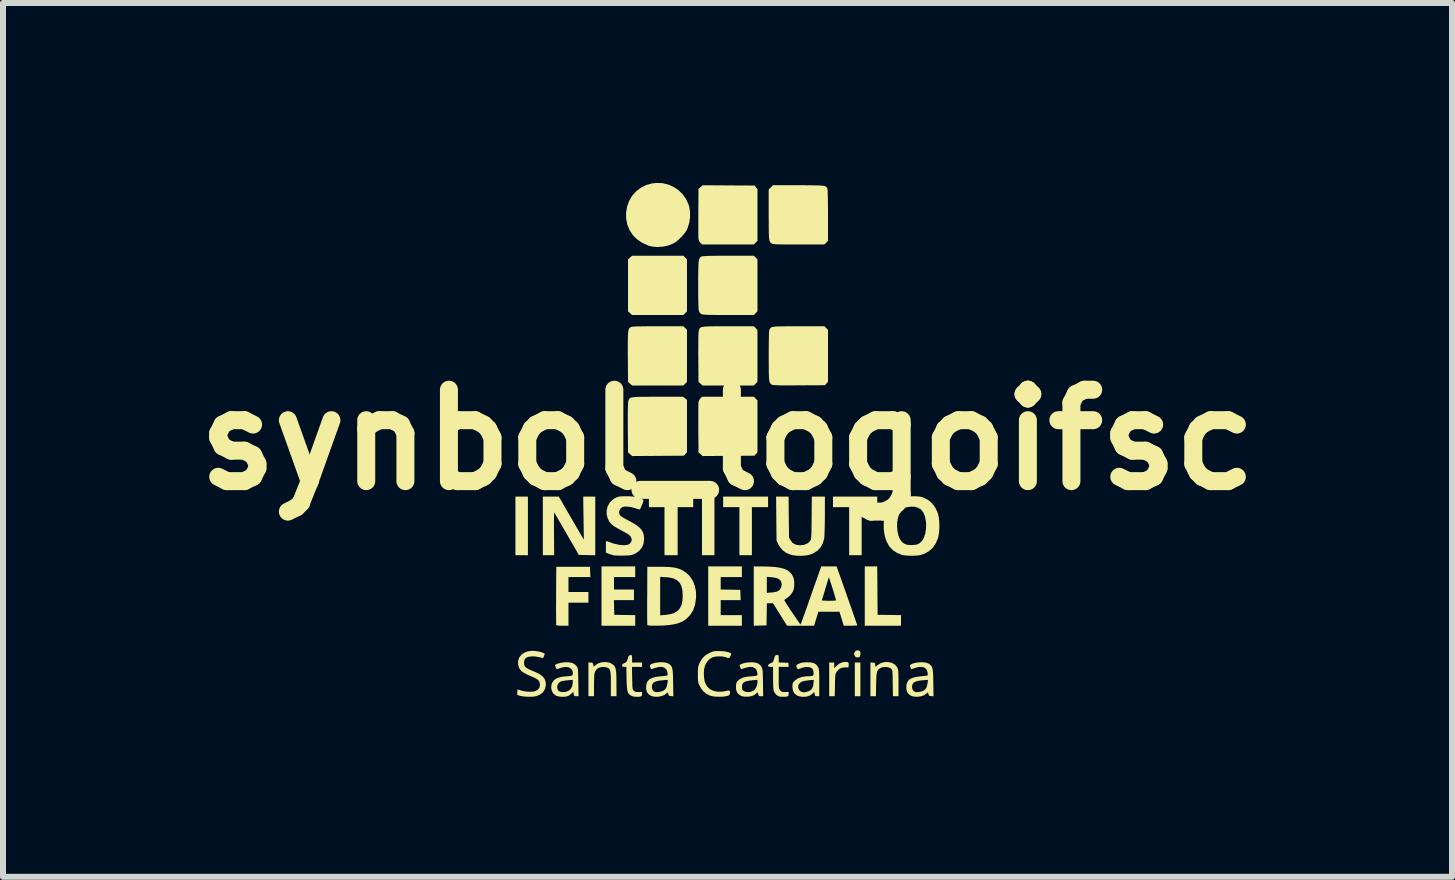
<source format=kicad_pcb>
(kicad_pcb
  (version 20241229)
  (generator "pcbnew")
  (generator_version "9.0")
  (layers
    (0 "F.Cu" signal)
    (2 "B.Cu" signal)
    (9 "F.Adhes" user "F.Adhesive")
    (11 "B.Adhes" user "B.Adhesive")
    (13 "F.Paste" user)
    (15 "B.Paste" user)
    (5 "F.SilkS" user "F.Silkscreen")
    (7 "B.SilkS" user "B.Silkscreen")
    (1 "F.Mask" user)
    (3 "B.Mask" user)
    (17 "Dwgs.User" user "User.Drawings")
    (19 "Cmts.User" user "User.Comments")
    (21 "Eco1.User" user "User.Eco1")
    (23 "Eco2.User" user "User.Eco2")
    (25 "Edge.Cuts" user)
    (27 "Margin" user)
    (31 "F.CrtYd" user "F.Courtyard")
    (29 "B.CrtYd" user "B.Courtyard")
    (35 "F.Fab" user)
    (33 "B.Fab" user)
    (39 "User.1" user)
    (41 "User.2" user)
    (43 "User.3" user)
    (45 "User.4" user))
  (footprint "synbol_logoifsc"
    (layer "F.Cu")
    (at 9.079 4.282)
    (property "Reference" "synbol_logoifsc" (at 0 0 0) (layer "F.SilkS") (effects (font (size 1.524 1.524) (thickness 0.3))))
    (attr board_only exclude_from_pos_files exclude_from_bom)
    (fp_poly (pts (xy -3.328 1.924) (xy -3.536 1.924) (xy -3.536 0.947) (xy -3.328 0.947)) (stroke (width 0) (type solid)) (fill yes) (layer "F.SilkS"))
    (fp_poly (pts (xy -0.218 1.924) (xy -0.426 1.924) (xy -0.426 0.947) (xy -0.218 0.947)) (stroke (width 0) (type solid)) (fill yes) (layer "F.SilkS"))
    (fp_poly (pts (xy 2.215 4.275) (xy 2.122 4.275) (xy 2.122 3.713) (xy 2.215 3.713)) (stroke (width 0) (type solid)) (fill yes) (layer "F.SilkS"))
    (fp_poly (pts (xy -0.572 1.123) (xy -0.832 1.123) (xy -0.832 1.924) (xy -1.051 1.924) (xy -1.051 1.123) (xy -1.311 1.123) (xy -1.311 0.947) (xy -0.572 0.947)) (stroke (width 0) (type solid)) (fill yes) (layer "F.SilkS"))
    (fp_poly (pts (xy 0.676 1.123) (xy 0.406 1.123) (xy 0.406 1.924) (xy 0.198 1.924) (xy 0.198 1.123) (xy -0.073 1.123) (xy -0.073 0.947) (xy 0.676 0.947)) (stroke (width 0) (type solid)) (fill yes) (layer "F.SilkS"))
    (fp_poly (pts (xy 2.496 1.123) (xy 2.236 1.123) (xy 2.236 1.924) (xy 2.028 1.924) (xy 2.028 1.123) (xy 1.758 1.123) (xy 1.758 0.947) (xy 2.496 0.947)) (stroke (width 0) (type solid)) (fill yes) (layer "F.SilkS"))
    (fp_poly (pts (xy 2.499 2.515) (xy 2.502 2.918) (xy 2.697 2.92) (xy 2.892 2.923) (xy 2.892 3.1) (xy 2.288 3.1) (xy 2.288 2.111) (xy 2.496 2.111)) (stroke (width 0) (type solid)) (fill yes) (layer "F.SilkS"))
    (fp_poly (pts (xy -0.706 -3.038) (xy -0.676 -3.008) (xy -0.676 -2.141) (xy -0.737 -2.08) (xy -1.591 -2.08) (xy -1.625 -2.111) (xy -1.659 -2.141) (xy -1.659 -3.008) (xy -1.625 -3.038) (xy -1.591 -3.068) (xy -0.737 -3.068)) (stroke (width 0) (type solid)) (fill yes) (layer "F.SilkS"))
    (fp_poly (pts (xy -1.539 2.288) (xy -1.893 2.288) (xy -1.893 2.496) (xy -1.56 2.496) (xy -1.56 2.673) (xy -1.894 2.673) (xy -1.891 2.795) (xy -1.888 2.918) (xy -1.539 2.923) (xy -1.539 3.1) (xy -2.101 3.1) (xy -2.101 2.111) (xy -1.539 2.111)) (stroke (width 0) (type solid)) (fill yes) (layer "F.SilkS"))
    (fp_poly (pts (xy 0.239 2.288) (xy -0.114 2.288) (xy -0.114 2.496) (xy 0.049 2.499) (xy 0.213 2.502) (xy 0.216 2.587) (xy 0.219 2.673) (xy -0.114 2.673) (xy -0.114 2.923) (xy 0.239 2.923) (xy 0.239 3.1) (xy -0.322 3.1) (xy -0.322 2.111) (xy 0.239 2.111)) (stroke (width 0) (type solid)) (fill yes) (layer "F.SilkS"))
    (fp_poly (pts (xy 2.19 3.514) (xy 2.208 3.526) (xy 2.215 3.547) (xy 2.215 3.565) (xy 2.212 3.595) (xy 2.205 3.615) (xy 2.203 3.618) (xy 2.179 3.629) (xy 2.149 3.626) (xy 2.128 3.614) (xy 2.112 3.587) (xy 2.112 3.558) (xy 2.125 3.532) (xy 2.146 3.514) (xy 2.173 3.509)) (stroke (width 0) (type solid)) (fill yes) (layer "F.SilkS"))
    (fp_poly (pts (xy -2.287 2.288) (xy -2.652 2.288) (xy -2.652 2.538) (xy -2.319 2.538) (xy -2.319 2.715) (xy -2.652 2.715) (xy -2.652 3.1) (xy -2.751 3.1) (xy -2.804 3.099) (xy -2.837 3.095) (xy -2.854 3.089) (xy -2.856 3.087) (xy -2.857 3.074) (xy -2.857 3.042) (xy -2.858 2.994) (xy -2.858 2.932) (xy -2.859 2.857) (xy -2.859 2.772) (xy -2.858 2.679) (xy -2.858 2.595) (xy -2.855 2.117) (xy -2.293 2.117)) (stroke (width 0) (type solid)) (fill yes) (layer "F.SilkS"))
    (fp_poly (pts (xy 0.017 -4.241) (xy 0.449 -4.239) (xy 0.474 -4.209) (xy 0.499 -4.18) (xy 0.499 -3.316) (xy 0.469 -3.286) (xy 0.438 -3.256) (xy -0.423 -3.256) (xy -0.45 -3.28) (xy -0.471 -3.308) (xy -0.483 -3.34) (xy -0.485 -3.358) (xy -0.486 -3.395) (xy -0.487 -3.447) (xy -0.487 -3.512) (xy -0.487 -3.588) (xy -0.487 -3.673) (xy -0.487 -3.763) (xy -0.487 -3.779) (xy -0.484 -4.183) (xy -0.449 -4.214) (xy -0.415 -4.244)) (stroke (width 0) (type solid)) (fill yes) (layer "F.SilkS"))
    (fp_poly (pts (xy 0.469 -0.687) (xy 0.499 -0.657) (xy 0.499 0.207) (xy 0.474 0.236) (xy 0.449 0.265) (xy 0.017 0.268) (xy -0.415 0.271) (xy -0.449 0.24) (xy -0.484 0.21) (xy -0.487 -0.194) (xy -0.487 -0.285) (xy -0.487 -0.371) (xy -0.487 -0.449) (xy -0.487 -0.516) (xy -0.486 -0.571) (xy -0.485 -0.61) (xy -0.484 -0.631) (xy -0.483 -0.633) (xy -0.471 -0.665) (xy -0.45 -0.693) (xy -0.423 -0.718) (xy 0.438 -0.718)) (stroke (width 0) (type solid)) (fill yes) (layer "F.SilkS"))
    (fp_poly (pts (xy 1.995 3.705) (xy 2.014 3.713) (xy 2.02 3.73) (xy 2.02 3.754) (xy 2.016 3.795) (xy 1.962 3.794) (xy 1.906 3.8) (xy 1.86 3.823) (xy 1.821 3.864) (xy 1.82 3.867) (xy 1.811 3.881) (xy 1.804 3.896) (xy 1.799 3.914) (xy 1.796 3.94) (xy 1.794 3.976) (xy 1.792 4.026) (xy 1.791 4.09) (xy 1.787 4.275) (xy 1.695 4.275) (xy 1.695 3.713) (xy 1.779 3.713) (xy 1.779 3.808) (xy 1.814 3.771) (xy 1.863 3.731) (xy 1.919 3.708) (xy 1.959 3.703)) (stroke (width 0) (type solid)) (fill yes) (layer "F.SilkS"))
    (fp_poly (pts (xy -0.706 -1.863) (xy -0.676 -1.832) (xy -0.676 -0.966) (xy -0.737 -0.905) (xy -1.591 -0.905) (xy -1.625 -0.935) (xy -1.659 -0.966) (xy -1.662 -1.383) (xy -1.663 -1.494) (xy -1.663 -1.587) (xy -1.662 -1.662) (xy -1.661 -1.722) (xy -1.659 -1.77) (xy -1.655 -1.805) (xy -1.65 -1.831) (xy -1.643 -1.85) (xy -1.634 -1.863) (xy -1.623 -1.872) (xy -1.61 -1.88) (xy -1.606 -1.881) (xy -1.59 -1.885) (xy -1.557 -1.887) (xy -1.508 -1.89) (xy -1.44 -1.891) (xy -1.354 -1.892) (xy -1.248 -1.893) (xy -1.158 -1.893) (xy -0.737 -1.893)) (stroke (width 0) (type solid)) (fill yes) (layer "F.SilkS"))
    (fp_poly (pts (xy -0.676 -0.664) (xy -0.676 0.207) (xy -0.701 0.236) (xy -0.726 0.265) (xy -1.158 0.268) (xy -1.59 0.271) (xy -1.625 0.24) (xy -1.659 0.21) (xy -1.662 -0.199) (xy -1.663 -0.325) (xy -1.663 -0.429) (xy -1.662 -0.513) (xy -1.66 -0.577) (xy -1.658 -0.622) (xy -1.654 -0.646) (xy -1.654 -0.647) (xy -1.649 -0.664) (xy -1.643 -0.678) (xy -1.634 -0.689) (xy -1.621 -0.698) (xy -1.601 -0.705) (xy -1.572 -0.71) (xy -1.534 -0.713) (xy -1.483 -0.716) (xy -1.419 -0.717) (xy -1.339 -0.717) (xy -1.241 -0.718) (xy -1.161 -0.718) (xy -0.74 -0.718)) (stroke (width 0) (type solid)) (fill yes) (layer "F.SilkS"))
    (fp_poly (pts (xy 0.469 -1.863) (xy 0.499 -1.832) (xy 0.499 -0.966) (xy 0.469 -0.935) (xy 0.438 -0.905) (xy -0.416 -0.905) (xy -0.45 -0.935) (xy -0.484 -0.966) (xy -0.487 -1.375) (xy -0.488 -1.5) (xy -0.487 -1.604) (xy -0.487 -1.689) (xy -0.485 -1.753) (xy -0.482 -1.797) (xy -0.479 -1.821) (xy -0.479 -1.823) (xy -0.474 -1.839) (xy -0.468 -1.853) (xy -0.459 -1.864) (xy -0.445 -1.873) (xy -0.426 -1.88) (xy -0.397 -1.885) (xy -0.359 -1.888) (xy -0.309 -1.891) (xy -0.244 -1.892) (xy -0.164 -1.893) (xy -0.067 -1.893) (xy 0.016 -1.893) (xy 0.438 -1.893)) (stroke (width 0) (type solid)) (fill yes) (layer "F.SilkS"))
    (fp_poly (pts (xy -2.637 1.251) (xy -2.593 1.326) (xy -2.552 1.397) (xy -2.514 1.463) (xy -2.481 1.52) (xy -2.454 1.566) (xy -2.435 1.598) (xy -2.428 1.61) (xy -2.395 1.664) (xy -2.401 1.305) (xy -2.406 0.947) (xy -2.205 0.947) (xy -2.205 1.925) (xy -2.342 1.922) (xy -2.479 1.919) (xy -2.681 1.571) (xy -2.726 1.493) (xy -2.768 1.42) (xy -2.805 1.355) (xy -2.837 1.3) (xy -2.863 1.256) (xy -2.88 1.226) (xy -2.889 1.211) (xy -2.889 1.21) (xy -2.891 1.217) (xy -2.892 1.243) (xy -2.893 1.285) (xy -2.894 1.341) (xy -2.894 1.408) (xy -2.894 1.486) (xy -2.893 1.561) (xy -2.89 1.924) (xy -3.079 1.924) (xy -3.079 0.947) (xy -2.813 0.947)) (stroke (width 0) (type solid)) (fill yes) (layer "F.SilkS"))
    (fp_poly (pts (xy -1.088 -4.279) (xy -0.99 -4.256) (xy -0.899 -4.216) (xy -0.817 -4.161) (xy -0.746 -4.091) (xy -0.689 -4.01) (xy -0.648 -3.917) (xy -0.639 -3.886) (xy -0.625 -3.802) (xy -0.625 -3.709) (xy -0.639 -3.617) (xy -0.665 -3.531) (xy -0.684 -3.49) (xy -0.714 -3.446) (xy -0.755 -3.396) (xy -0.804 -3.348) (xy -0.853 -3.305) (xy -0.898 -3.275) (xy -0.9 -3.274) (xy -0.984 -3.24) (xy -1.076 -3.22) (xy -1.17 -3.214) (xy -1.262 -3.222) (xy -1.321 -3.238) (xy -1.42 -3.282) (xy -1.506 -3.34) (xy -1.577 -3.411) (xy -1.632 -3.493) (xy -1.67 -3.585) (xy -1.69 -3.684) (xy -1.692 -3.781) (xy -1.675 -3.886) (xy -1.64 -3.983) (xy -1.59 -4.069) (xy -1.524 -4.142) (xy -1.446 -4.202) (xy -1.357 -4.247) (xy -1.258 -4.274) (xy -1.191 -4.282)) (stroke (width 0) (type solid)) (fill yes) (layer "F.SilkS"))
    (fp_poly (pts (xy 0.469 -3.038) (xy 0.499 -3.008) (xy 0.499 -2.141) (xy 0.469 -2.111) (xy 0.438 -2.08) (xy 0.014 -2.081) (xy -0.095 -2.081) (xy -0.185 -2.081) (xy -0.258 -2.082) (xy -0.316 -2.083) (xy -0.36 -2.085) (xy -0.392 -2.087) (xy -0.415 -2.09) (xy -0.431 -2.093) (xy -0.438 -2.096) (xy -0.461 -2.117) (xy -0.477 -2.144) (xy -0.481 -2.165) (xy -0.484 -2.207) (xy -0.486 -2.27) (xy -0.488 -2.353) (xy -0.489 -2.456) (xy -0.489 -2.577) (xy -0.489 -2.686) (xy -0.488 -2.776) (xy -0.487 -2.849) (xy -0.485 -2.908) (xy -0.483 -2.953) (xy -0.478 -2.987) (xy -0.473 -3.012) (xy -0.465 -3.029) (xy -0.456 -3.041) (xy -0.444 -3.05) (xy -0.431 -3.057) (xy -0.415 -3.06) (xy -0.382 -3.063) (xy -0.332 -3.065) (xy -0.265 -3.067) (xy -0.178 -3.068) (xy -0.072 -3.068) (xy 0.017 -3.068) (xy 0.438 -3.068)) (stroke (width 0) (type solid)) (fill yes) (layer "F.SilkS"))
    (fp_poly (pts (xy 1.644 -1.863) (xy 1.675 -1.832) (xy 1.675 -0.968) (xy 1.65 -0.939) (xy 1.624 -0.91) (xy 1.194 -0.908) (xy 1.084 -0.907) (xy 0.992 -0.907) (xy 0.918 -0.907) (xy 0.859 -0.908) (xy 0.814 -0.91) (xy 0.781 -0.912) (xy 0.758 -0.914) (xy 0.744 -0.917) (xy 0.74 -0.919) (xy 0.727 -0.927) (xy 0.717 -0.935) (xy 0.708 -0.946) (xy 0.701 -0.962) (xy 0.696 -0.985) (xy 0.693 -1.016) (xy 0.69 -1.058) (xy 0.688 -1.113) (xy 0.688 -1.182) (xy 0.687 -1.268) (xy 0.687 -1.372) (xy 0.687 -1.396) (xy 0.687 -1.511) (xy 0.688 -1.607) (xy 0.689 -1.684) (xy 0.69 -1.744) (xy 0.692 -1.789) (xy 0.695 -1.818) (xy 0.698 -1.835) (xy 0.699 -1.836) (xy 0.706 -1.85) (xy 0.713 -1.861) (xy 0.724 -1.87) (xy 0.74 -1.877) (xy 0.762 -1.883) (xy 0.793 -1.887) (xy 0.835 -1.89) (xy 0.889 -1.891) (xy 0.958 -1.892) (xy 1.043 -1.893) (xy 1.146 -1.893) (xy 1.191 -1.893) (xy 1.614 -1.893)) (stroke (width 0) (type solid)) (fill yes) (layer "F.SilkS"))
    (fp_poly (pts (xy -1.966 3.717) (xy -1.928 3.735) (xy -1.905 3.751) (xy -1.887 3.77) (xy -1.873 3.793) (xy -1.864 3.824) (xy -1.857 3.865) (xy -1.854 3.919) (xy -1.852 3.99) (xy -1.852 4.059) (xy -1.851 4.275) (xy -1.945 4.275) (xy -1.945 4.072) (xy -1.945 3.993) (xy -1.947 3.932) (xy -1.95 3.886) (xy -1.956 3.853) (xy -1.965 3.83) (xy -1.977 3.814) (xy -1.993 3.803) (xy -2.002 3.799) (xy -2.045 3.788) (xy -2.095 3.788) (xy -2.143 3.799) (xy -2.149 3.801) (xy -2.18 3.822) (xy -2.203 3.856) (xy -2.205 3.861) (xy -2.213 3.88) (xy -2.218 3.901) (xy -2.222 3.928) (xy -2.224 3.964) (xy -2.225 4.014) (xy -2.226 4.08) (xy -2.226 4.09) (xy -2.226 4.275) (xy -2.319 4.275) (xy -2.319 3.713) (xy -2.284 3.713) (xy -2.255 3.718) (xy -2.24 3.736) (xy -2.236 3.767) (xy -2.235 3.779) (xy -2.228 3.778) (xy -2.211 3.766) (xy -2.2 3.756) (xy -2.15 3.725) (xy -2.09 3.708) (xy -2.027 3.705)) (stroke (width 0) (type solid)) (fill yes) (layer "F.SilkS"))
    (fp_poly (pts (xy 1.021 1.287) (xy 1.025 1.628) (xy 1.051 1.675) (xy 1.082 1.717) (xy 1.123 1.743) (xy 1.176 1.756) (xy 1.211 1.758) (xy 1.275 1.751) (xy 1.329 1.73) (xy 1.368 1.697) (xy 1.378 1.683) (xy 1.384 1.672) (xy 1.389 1.66) (xy 1.392 1.644) (xy 1.395 1.621) (xy 1.397 1.59) (xy 1.399 1.548) (xy 1.4 1.493) (xy 1.401 1.422) (xy 1.402 1.333) (xy 1.402 1.298) (xy 1.405 0.947) (xy 1.623 0.947) (xy 1.623 1.261) (xy 1.622 1.344) (xy 1.621 1.423) (xy 1.619 1.495) (xy 1.617 1.557) (xy 1.615 1.606) (xy 1.612 1.638) (xy 1.612 1.643) (xy 1.589 1.726) (xy 1.549 1.796) (xy 1.494 1.853) (xy 1.424 1.896) (xy 1.376 1.914) (xy 1.31 1.928) (xy 1.234 1.934) (xy 1.156 1.933) (xy 1.085 1.924) (xy 1.048 1.914) (xy 0.974 1.883) (xy 0.915 1.838) (xy 0.867 1.778) (xy 0.844 1.737) (xy 0.817 1.68) (xy 0.813 1.313) (xy 0.81 0.947) (xy 1.018 0.947)) (stroke (width 0) (type solid)) (fill yes) (layer "F.SilkS"))
    (fp_poly (pts (xy 1.285 -4.244) (xy 1.376 -4.243) (xy 1.451 -4.242) (xy 1.51 -4.241) (xy 1.556 -4.238) (xy 1.591 -4.235) (xy 1.616 -4.23) (xy 1.634 -4.224) (xy 1.647 -4.216) (xy 1.656 -4.206) (xy 1.663 -4.194) (xy 1.664 -4.192) (xy 1.667 -4.176) (xy 1.669 -4.14) (xy 1.671 -4.085) (xy 1.673 -4.011) (xy 1.674 -3.919) (xy 1.675 -3.811) (xy 1.675 -3.744) (xy 1.675 -3.316) (xy 1.644 -3.286) (xy 1.614 -3.256) (xy 1.184 -3.256) (xy 1.077 -3.256) (xy 0.99 -3.256) (xy 0.919 -3.257) (xy 0.863 -3.258) (xy 0.82 -3.259) (xy 0.788 -3.261) (xy 0.765 -3.263) (xy 0.75 -3.266) (xy 0.739 -3.269) (xy 0.732 -3.274) (xy 0.732 -3.274) (xy 0.721 -3.284) (xy 0.712 -3.294) (xy 0.704 -3.307) (xy 0.699 -3.324) (xy 0.694 -3.349) (xy 0.691 -3.382) (xy 0.689 -3.426) (xy 0.688 -3.482) (xy 0.687 -3.553) (xy 0.687 -3.641) (xy 0.686 -3.748) (xy 0.686 -4.173) (xy 0.722 -4.208) (xy 0.757 -4.244) (xy 1.175 -4.244)) (stroke (width 0) (type solid)) (fill yes) (layer "F.SilkS"))
    (fp_poly (pts (xy 2.743 3.72) (xy 2.791 3.748) (xy 2.826 3.79) (xy 2.826 3.792) (xy 2.834 3.807) (xy 2.84 3.822) (xy 2.844 3.84) (xy 2.847 3.866) (xy 2.849 3.901) (xy 2.849 3.949) (xy 2.85 4.014) (xy 2.85 4.054) (xy 2.85 4.275) (xy 2.758 4.275) (xy 2.754 4.057) (xy 2.753 3.984) (xy 2.752 3.929) (xy 2.75 3.889) (xy 2.748 3.861) (xy 2.744 3.842) (xy 2.739 3.83) (xy 2.733 3.821) (xy 2.728 3.816) (xy 2.698 3.798) (xy 2.657 3.789) (xy 2.611 3.788) (xy 2.568 3.796) (xy 2.557 3.801) (xy 2.533 3.814) (xy 2.514 3.83) (xy 2.5 3.85) (xy 2.491 3.879) (xy 2.484 3.919) (xy 2.48 3.973) (xy 2.478 4.043) (xy 2.477 4.08) (xy 2.474 4.275) (xy 2.382 4.275) (xy 2.382 3.712) (xy 2.421 3.715) (xy 2.447 3.719) (xy 2.459 3.729) (xy 2.463 3.751) (xy 2.463 3.753) (xy 2.466 3.787) (xy 2.502 3.756) (xy 2.555 3.723) (xy 2.619 3.706) (xy 2.681 3.706)) (stroke (width 0) (type solid)) (fill yes) (layer "F.SilkS"))
    (fp_poly (pts (xy -1.596 3.594) (xy -1.592 3.61) (xy -1.591 3.64) (xy -1.591 3.65) (xy -1.591 3.713) (xy -1.425 3.713) (xy -1.425 3.786) (xy -1.593 3.786) (xy -1.59 3.973) (xy -1.588 4.04) (xy -1.587 4.089) (xy -1.585 4.124) (xy -1.582 4.148) (xy -1.577 4.163) (xy -1.571 4.174) (xy -1.562 4.184) (xy -1.544 4.198) (xy -1.521 4.205) (xy -1.486 4.205) (xy -1.482 4.205) (xy -1.425 4.203) (xy -1.425 4.238) (xy -1.427 4.261) (xy -1.437 4.275) (xy -1.458 4.282) (xy -1.494 4.285) (xy -1.517 4.285) (xy -1.572 4.28) (xy -1.609 4.265) (xy -1.632 4.249) (xy -1.649 4.232) (xy -1.661 4.21) (xy -1.67 4.18) (xy -1.676 4.139) (xy -1.68 4.084) (xy -1.683 4.012) (xy -1.683 3.981) (xy -1.687 3.786) (xy -1.722 3.786) (xy -1.747 3.784) (xy -1.756 3.775) (xy -1.758 3.762) (xy -1.752 3.743) (xy -1.733 3.728) (xy -1.718 3.722) (xy -1.694 3.71) (xy -1.68 3.695) (xy -1.669 3.67) (xy -1.664 3.65) (xy -1.654 3.617) (xy -1.643 3.599) (xy -1.629 3.592) (xy -1.62 3.59) (xy -1.604 3.589)) (stroke (width 0) (type solid)) (fill yes) (layer "F.SilkS"))
    (fp_poly (pts (xy 0.84 3.589) (xy 0.849 3.596) (xy 0.852 3.612) (xy 0.853 3.643) (xy 0.853 3.65) (xy 0.853 3.712) (xy 1.014 3.718) (xy 1.017 3.752) (xy 1.021 3.786) (xy 0.853 3.786) (xy 0.853 3.968) (xy 0.853 4.033) (xy 0.854 4.081) (xy 0.855 4.115) (xy 0.858 4.139) (xy 0.862 4.155) (xy 0.869 4.166) (xy 0.878 4.178) (xy 0.878 4.178) (xy 0.895 4.195) (xy 0.913 4.203) (xy 0.94 4.206) (xy 0.961 4.205) (xy 1.019 4.203) (xy 1.019 4.238) (xy 1.016 4.264) (xy 1.003 4.276) (xy 0.996 4.279) (xy 0.966 4.283) (xy 0.926 4.284) (xy 0.886 4.283) (xy 0.855 4.278) (xy 0.848 4.275) (xy 0.817 4.254) (xy 0.788 4.221) (xy 0.77 4.188) (xy 0.767 4.168) (xy 0.763 4.13) (xy 0.761 4.079) (xy 0.76 4.017) (xy 0.759 3.973) (xy 0.759 3.786) (xy 0.718 3.786) (xy 0.691 3.784) (xy 0.679 3.777) (xy 0.676 3.765) (xy 0.684 3.746) (xy 0.708 3.73) (xy 0.718 3.725) (xy 0.743 3.714) (xy 0.758 3.699) (xy 0.769 3.675) (xy 0.777 3.648) (xy 0.787 3.615) (xy 0.797 3.597) (xy 0.809 3.59) (xy 0.823 3.588)) (stroke (width 0) (type solid)) (fill yes) (layer "F.SilkS"))
    (fp_poly (pts (xy -1.134 2.117) (xy -1.046 2.118) (xy -0.976 2.121) (xy -0.919 2.126) (xy -0.872 2.133) (xy -0.83 2.144) (xy -0.79 2.158) (xy -0.763 2.17) (xy -0.689 2.216) (xy -0.627 2.277) (xy -0.579 2.351) (xy -0.545 2.437) (xy -0.526 2.532) (xy -0.524 2.634) (xy -0.526 2.652) (xy -0.543 2.756) (xy -0.575 2.845) (xy -0.623 2.921) (xy -0.687 2.986) (xy -0.7 2.996) (xy -0.751 3.029) (xy -0.811 3.054) (xy -0.881 3.074) (xy -0.965 3.087) (xy -1.063 3.096) (xy -1.18 3.099) (xy -1.204 3.099) (xy -1.263 3.099) (xy -1.303 3.097) (xy -1.327 3.093) (xy -1.337 3.087) (xy -1.337 3.087) (xy -1.338 3.074) (xy -1.339 3.042) (xy -1.339 2.994) (xy -1.34 2.932) (xy -1.34 2.857) (xy -1.34 2.772) (xy -1.34 2.679) (xy -1.339 2.595) (xy -1.338 2.285) (xy -1.123 2.285) (xy -1.123 2.926) (xy -1.033 2.919) (xy -0.955 2.908) (xy -0.894 2.89) (xy -0.889 2.887) (xy -0.834 2.854) (xy -0.794 2.809) (xy -0.766 2.75) (xy -0.751 2.676) (xy -0.747 2.6) (xy -0.752 2.511) (xy -0.769 2.439) (xy -0.799 2.383) (xy -0.842 2.341) (xy -0.9 2.312) (xy -0.974 2.295) (xy -1.026 2.291) (xy -1.123 2.285) (xy -1.338 2.285) (xy -1.337 2.117)) (stroke (width 0) (type solid)) (fill yes) (layer "F.SilkS"))
    (fp_poly (pts (xy -0.14 3.522) (xy -0.065 3.526) (xy -0.003 3.536) (xy 0.043 3.551) (xy 0.052 3.557) (xy 0.06 3.566) (xy 0.059 3.58) (xy 0.049 3.603) (xy 0.037 3.627) (xy 0.026 3.637) (xy 0.008 3.637) (xy -0.021 3.628) (xy -0.031 3.625) (xy -0.082 3.613) (xy -0.14 3.61) (xy -0.198 3.614) (xy -0.247 3.625) (xy -0.256 3.629) (xy -0.303 3.66) (xy -0.344 3.706) (xy -0.375 3.761) (xy -0.379 3.774) (xy -0.391 3.828) (xy -0.395 3.893) (xy -0.392 3.961) (xy -0.382 4.022) (xy -0.374 4.051) (xy -0.341 4.111) (xy -0.295 4.156) (xy -0.236 4.186) (xy -0.166 4.2) (xy -0.085 4.198) (xy -0.028 4.188) (xy 0.01 4.18) (xy 0.031 4.181) (xy 0.041 4.194) (xy 0.041 4.219) (xy 0.04 4.23) (xy 0.035 4.249) (xy 0.021 4.261) (xy -0.007 4.271) (xy -0.01 4.272) (xy -0.064 4.281) (xy -0.127 4.284) (xy -0.193 4.282) (xy -0.252 4.275) (xy -0.289 4.266) (xy -0.352 4.236) (xy -0.402 4.195) (xy -0.444 4.139) (xy -0.458 4.114) (xy -0.473 4.084) (xy -0.483 4.06) (xy -0.489 4.036) (xy -0.493 4.007) (xy -0.494 3.969) (xy -0.494 3.915) (xy -0.494 3.912) (xy -0.494 3.856) (xy -0.492 3.816) (xy -0.489 3.785) (xy -0.482 3.76) (xy -0.472 3.735) (xy -0.465 3.717) (xy -0.424 3.648) (xy -0.371 3.595) (xy -0.302 3.553) (xy -0.296 3.55) (xy -0.262 3.536) (xy -0.231 3.527) (xy -0.196 3.523) (xy -0.149 3.522)) (stroke (width 0) (type solid)) (fill yes) (layer "F.SilkS"))
    (fp_poly (pts (xy -3.206 3.521) (xy -3.162 3.528) (xy -3.119 3.537) (xy -3.083 3.548) (xy -3.057 3.559) (xy -3.048 3.567) (xy -3.048 3.568) (xy -3.051 3.582) (xy -3.06 3.605) (xy -3.069 3.628) (xy -3.075 3.638) (xy -3.085 3.638) (xy -3.109 3.632) (xy -3.136 3.624) (xy -3.215 3.611) (xy -3.267 3.611) (xy -3.323 3.619) (xy -3.362 3.636) (xy -3.384 3.664) (xy -3.393 3.704) (xy -3.393 3.713) (xy -3.391 3.742) (xy -3.385 3.765) (xy -3.373 3.785) (xy -3.352 3.803) (xy -3.319 3.822) (xy -3.271 3.844) (xy -3.209 3.87) (xy -3.137 3.905) (xy -3.083 3.944) (xy -3.049 3.988) (xy -3.031 4.038) (xy -3.03 4.096) (xy -3.03 4.1) (xy -3.047 4.162) (xy -3.08 4.213) (xy -3.131 4.251) (xy -3.189 4.274) (xy -3.23 4.281) (xy -3.285 4.284) (xy -3.344 4.283) (xy -3.4 4.279) (xy -3.447 4.271) (xy -3.456 4.269) (xy -3.505 4.254) (xy -3.505 4.206) (xy -3.504 4.177) (xy -3.5 4.165) (xy -3.49 4.164) (xy -3.487 4.165) (xy -3.425 4.185) (xy -3.359 4.197) (xy -3.295 4.201) (xy -3.239 4.198) (xy -3.201 4.188) (xy -3.159 4.163) (xy -3.135 4.13) (xy -3.127 4.085) (xy -3.127 4.082) (xy -3.131 4.049) (xy -3.143 4.021) (xy -3.167 3.997) (xy -3.206 3.974) (xy -3.262 3.948) (xy -3.265 3.947) (xy -3.338 3.915) (xy -3.393 3.885) (xy -3.434 3.857) (xy -3.461 3.826) (xy -3.479 3.792) (xy -3.489 3.751) (xy -3.491 3.741) (xy -3.49 3.681) (xy -3.471 3.627) (xy -3.436 3.583) (xy -3.388 3.549) (xy -3.328 3.526) (xy -3.258 3.518)) (stroke (width 0) (type solid)) (fill yes) (layer "F.SilkS"))
    (fp_poly (pts (xy 3.126 0.942) (xy 3.174 0.944) (xy 3.21 0.948) (xy 3.239 0.954) (xy 3.263 0.962) (xy 3.343 1.002) (xy 3.41 1.058) (xy 3.463 1.13) (xy 3.503 1.216) (xy 3.508 1.231) (xy 3.522 1.292) (xy 3.53 1.366) (xy 3.532 1.445) (xy 3.529 1.524) (xy 3.519 1.594) (xy 3.508 1.641) (xy 3.47 1.73) (xy 3.419 1.803) (xy 3.354 1.86) (xy 3.276 1.902) (xy 3.219 1.921) (xy 3.177 1.928) (xy 3.122 1.932) (xy 3.06 1.933) (xy 2.999 1.931) (xy 2.946 1.926) (xy 2.912 1.92) (xy 2.826 1.886) (xy 2.753 1.837) (xy 2.694 1.773) (xy 2.65 1.693) (xy 2.62 1.599) (xy 2.604 1.49) (xy 2.604 1.488) (xy 2.604 1.445) (xy 2.827 1.445) (xy 2.833 1.519) (xy 2.847 1.588) (xy 2.87 1.648) (xy 2.901 1.695) (xy 2.924 1.717) (xy 2.959 1.738) (xy 2.995 1.75) (xy 3.039 1.755) (xy 3.086 1.754) (xy 3.132 1.75) (xy 3.165 1.743) (xy 3.194 1.729) (xy 3.204 1.722) (xy 3.244 1.684) (xy 3.275 1.63) (xy 3.297 1.562) (xy 3.309 1.484) (xy 3.311 1.399) (xy 3.307 1.361) (xy 3.292 1.278) (xy 3.265 1.213) (xy 3.228 1.164) (xy 3.178 1.133) (xy 3.116 1.116) (xy 3.05 1.115) (xy 2.983 1.125) (xy 2.931 1.149) (xy 2.891 1.187) (xy 2.864 1.232) (xy 2.842 1.297) (xy 2.829 1.37) (xy 2.827 1.445) (xy 2.604 1.445) (xy 2.604 1.379) (xy 2.618 1.277) (xy 2.647 1.185) (xy 2.688 1.105) (xy 2.709 1.078) (xy 2.744 1.041) (xy 2.787 1.009) (xy 2.834 0.983) (xy 2.915 0.941) (xy 3.062 0.941)) (stroke (width 0) (type solid)) (fill yes) (layer "F.SilkS"))
    (fp_poly (pts (xy -1.026 3.716) (xy -0.988 3.729) (xy -0.965 3.745) (xy -0.946 3.761) (xy -0.933 3.781) (xy -0.923 3.807) (xy -0.916 3.843) (xy -0.911 3.891) (xy -0.909 3.954) (xy -0.907 4.035) (xy -0.907 4.049) (xy -0.903 4.276) (xy -0.943 4.273) (xy -0.97 4.269) (xy -0.982 4.259) (xy -0.986 4.241) (xy -0.992 4.218) (xy -1.004 4.215) (xy -1.021 4.23) (xy -1.053 4.255) (xy -1.1 4.273) (xy -1.153 4.283) (xy -1.208 4.284) (xy -1.257 4.275) (xy -1.279 4.266) (xy -1.32 4.238) (xy -1.344 4.204) (xy -1.356 4.159) (xy -1.357 4.124) (xy -1.357 4.118) (xy -1.262 4.118) (xy -1.255 4.16) (xy -1.234 4.19) (xy -1.203 4.206) (xy -1.161 4.207) (xy -1.114 4.199) (xy -1.072 4.184) (xy -1.065 4.18) (xy -1.035 4.155) (xy -1.015 4.118) (xy -1.003 4.066) (xy -1.001 4.053) (xy -0.995 4.002) (xy -1.083 4.009) (xy -1.15 4.017) (xy -1.2 4.03) (xy -1.233 4.048) (xy -1.253 4.072) (xy -1.261 4.105) (xy -1.262 4.118) (xy -1.357 4.118) (xy -1.351 4.069) (xy -1.333 4.026) (xy -1.3 3.992) (xy -1.251 3.968) (xy -1.186 3.952) (xy -1.114 3.943) (xy -1.069 3.939) (xy -1.033 3.935) (xy -1.009 3.931) (xy -1.002 3.929) (xy -1 3.915) (xy -1.001 3.889) (xy -1.003 3.875) (xy -1.018 3.831) (xy -1.048 3.802) (xy -1.09 3.787) (xy -1.143 3.787) (xy -1.207 3.802) (xy -1.219 3.807) (xy -1.249 3.817) (xy -1.269 3.824) (xy -1.274 3.825) (xy -1.289 3.791) (xy -1.295 3.77) (xy -1.293 3.757) (xy -1.283 3.747) (xy -1.245 3.729) (xy -1.194 3.716) (xy -1.136 3.709) (xy -1.078 3.709)) (stroke (width 0) (type solid)) (fill yes) (layer "F.SilkS"))
    (fp_poly (pts (xy 3.311 3.716) (xy 3.349 3.729) (xy 3.373 3.745) (xy 3.391 3.761) (xy 3.405 3.781) (xy 3.415 3.807) (xy 3.422 3.843) (xy 3.426 3.891) (xy 3.429 3.954) (xy 3.43 4.035) (xy 3.431 4.049) (xy 3.434 4.276) (xy 3.394 4.273) (xy 3.368 4.269) (xy 3.355 4.259) (xy 3.351 4.241) (xy 3.345 4.218) (xy 3.333 4.215) (xy 3.317 4.23) (xy 3.284 4.255) (xy 3.238 4.273) (xy 3.184 4.283) (xy 3.13 4.284) (xy 3.08 4.275) (xy 3.058 4.266) (xy 3.018 4.238) (xy 2.993 4.204) (xy 2.982 4.159) (xy 2.98 4.124) (xy 2.981 4.118) (xy 3.075 4.118) (xy 3.082 4.16) (xy 3.103 4.19) (xy 3.134 4.206) (xy 3.176 4.207) (xy 3.224 4.199) (xy 3.266 4.184) (xy 3.272 4.18) (xy 3.302 4.155) (xy 3.322 4.118) (xy 3.334 4.066) (xy 3.336 4.053) (xy 3.342 4.002) (xy 3.255 4.009) (xy 3.187 4.017) (xy 3.138 4.03) (xy 3.104 4.048) (xy 3.085 4.072) (xy 3.076 4.105) (xy 3.075 4.118) (xy 2.981 4.118) (xy 2.986 4.069) (xy 3.005 4.026) (xy 3.037 3.992) (xy 3.086 3.968) (xy 3.152 3.952) (xy 3.223 3.943) (xy 3.268 3.939) (xy 3.305 3.935) (xy 3.329 3.931) (xy 3.335 3.929) (xy 3.337 3.915) (xy 3.336 3.889) (xy 3.334 3.875) (xy 3.319 3.831) (xy 3.29 3.802) (xy 3.247 3.787) (xy 3.194 3.787) (xy 3.131 3.802) (xy 3.119 3.807) (xy 3.089 3.817) (xy 3.069 3.824) (xy 3.063 3.825) (xy 3.048 3.791) (xy 3.042 3.77) (xy 3.045 3.757) (xy 3.054 3.747) (xy 3.092 3.729) (xy 3.144 3.716) (xy 3.202 3.709) (xy 3.26 3.709)) (stroke (width 0) (type solid)) (fill yes) (layer "F.SilkS"))
    (fp_poly (pts (xy 0.459 3.713) (xy 0.507 3.728) (xy 0.543 3.755) (xy 0.567 3.786) (xy 0.574 3.8) (xy 0.579 3.816) (xy 0.583 3.836) (xy 0.586 3.865) (xy 0.588 3.905) (xy 0.589 3.959) (xy 0.591 4.03) (xy 0.591 4.049) (xy 0.594 4.275) (xy 0.557 4.275) (xy 0.531 4.273) (xy 0.519 4.263) (xy 0.513 4.244) (xy 0.505 4.219) (xy 0.494 4.214) (xy 0.478 4.229) (xy 0.477 4.23) (xy 0.444 4.256) (xy 0.398 4.274) (xy 0.344 4.283) (xy 0.289 4.283) (xy 0.238 4.274) (xy 0.217 4.265) (xy 0.178 4.237) (xy 0.154 4.201) (xy 0.142 4.154) (xy 0.141 4.122) (xy 0.141 4.109) (xy 0.241 4.109) (xy 0.241 4.132) (xy 0.246 4.162) (xy 0.257 4.18) (xy 0.281 4.195) (xy 0.327 4.207) (xy 0.38 4.203) (xy 0.43 4.185) (xy 0.457 4.161) (xy 0.48 4.123) (xy 0.495 4.079) (xy 0.499 4.042) (xy 0.499 4.002) (xy 0.413 4.009) (xy 0.347 4.018) (xy 0.298 4.03) (xy 0.266 4.048) (xy 0.247 4.074) (xy 0.241 4.109) (xy 0.141 4.109) (xy 0.143 4.079) (xy 0.15 4.05) (xy 0.162 4.029) (xy 0.203 3.991) (xy 0.259 3.964) (xy 0.329 3.949) (xy 0.354 3.946) (xy 0.398 3.943) (xy 0.438 3.939) (xy 0.467 3.936) (xy 0.467 3.936) (xy 0.488 3.931) (xy 0.497 3.923) (xy 0.499 3.905) (xy 0.496 3.882) (xy 0.483 3.836) (xy 0.455 3.805) (xy 0.414 3.788) (xy 0.361 3.787) (xy 0.296 3.802) (xy 0.283 3.806) (xy 0.228 3.825) (xy 0.212 3.795) (xy 0.203 3.771) (xy 0.202 3.756) (xy 0.203 3.755) (xy 0.22 3.742) (xy 0.253 3.73) (xy 0.295 3.719) (xy 0.343 3.712) (xy 0.39 3.709) (xy 0.395 3.708)) (stroke (width 0) (type solid)) (fill yes) (layer "F.SilkS"))
    (fp_poly (pts (xy -2.621 3.713) (xy -2.573 3.727) (xy -2.535 3.754) (xy -2.513 3.779) (xy -2.506 3.79) (xy -2.5 3.802) (xy -2.496 3.82) (xy -2.493 3.844) (xy -2.491 3.88) (xy -2.49 3.928) (xy -2.489 3.993) (xy -2.488 4.042) (xy -2.484 4.275) (xy -2.521 4.275) (xy -2.546 4.273) (xy -2.558 4.263) (xy -2.565 4.238) (xy -2.565 4.238) (xy -2.572 4.201) (xy -2.604 4.232) (xy -2.632 4.255) (xy -2.66 4.272) (xy -2.666 4.274) (xy -2.708 4.283) (xy -2.759 4.285) (xy -2.811 4.28) (xy -2.854 4.268) (xy -2.863 4.264) (xy -2.903 4.232) (xy -2.929 4.188) (xy -2.94 4.136) (xy -2.939 4.125) (xy -2.84 4.125) (xy -2.833 4.166) (xy -2.814 4.189) (xy -2.781 4.202) (xy -2.74 4.207) (xy -2.695 4.202) (xy -2.653 4.186) (xy -2.647 4.183) (xy -2.613 4.152) (xy -2.59 4.108) (xy -2.58 4.055) (xy -2.58 4.047) (xy -2.58 4.002) (xy -2.651 4.008) (xy -2.708 4.014) (xy -2.749 4.021) (xy -2.778 4.029) (xy -2.799 4.041) (xy -2.813 4.052) (xy -2.834 4.084) (xy -2.84 4.125) (xy -2.939 4.125) (xy -2.934 4.081) (xy -2.925 4.053) (xy -2.894 4.008) (xy -2.846 3.975) (xy -2.781 3.954) (xy -2.722 3.946) (xy -2.665 3.942) (xy -2.626 3.938) (xy -2.601 3.933) (xy -2.587 3.925) (xy -2.581 3.914) (xy -2.58 3.898) (xy -2.58 3.889) (xy -2.584 3.854) (xy -2.602 3.825) (xy -2.61 3.816) (xy -2.647 3.793) (xy -2.695 3.786) (xy -2.756 3.795) (xy -2.793 3.806) (xy -2.85 3.826) (xy -2.864 3.793) (xy -2.873 3.769) (xy -2.875 3.754) (xy -2.874 3.753) (xy -2.859 3.742) (xy -2.828 3.731) (xy -2.787 3.72) (xy -2.742 3.713) (xy -2.697 3.709) (xy -2.684 3.708)) (stroke (width 0) (type solid)) (fill yes) (layer "F.SilkS"))
    (fp_poly (pts (xy 1.391 3.712) (xy 1.44 3.724) (xy 1.476 3.746) (xy 1.504 3.78) (xy 1.506 3.785) (xy 1.514 3.8) (xy 1.52 3.815) (xy 1.524 3.834) (xy 1.526 3.86) (xy 1.528 3.896) (xy 1.529 3.945) (xy 1.529 4.01) (xy 1.529 4.05) (xy 1.529 4.275) (xy 1.494 4.275) (xy 1.469 4.273) (xy 1.458 4.262) (xy 1.452 4.239) (xy 1.445 4.204) (xy 1.419 4.229) (xy 1.391 4.252) (xy 1.358 4.27) (xy 1.358 4.27) (xy 1.314 4.282) (xy 1.261 4.285) (xy 1.21 4.28) (xy 1.167 4.268) (xy 1.165 4.267) (xy 1.121 4.235) (xy 1.094 4.191) (xy 1.082 4.133) (xy 1.082 4.127) (xy 1.177 4.127) (xy 1.19 4.165) (xy 1.196 4.174) (xy 1.214 4.192) (xy 1.237 4.203) (xy 1.272 4.211) (xy 1.287 4.21) (xy 1.313 4.204) (xy 1.326 4.201) (xy 1.375 4.181) (xy 1.409 4.149) (xy 1.428 4.102) (xy 1.433 4.066) (xy 1.438 4.002) (xy 1.356 4.009) (xy 1.312 4.015) (xy 1.272 4.022) (xy 1.244 4.03) (xy 1.242 4.03) (xy 1.204 4.055) (xy 1.182 4.089) (xy 1.177 4.127) (xy 1.082 4.127) (xy 1.082 4.116) (xy 1.083 4.08) (xy 1.088 4.056) (xy 1.101 4.035) (xy 1.121 4.015) (xy 1.173 3.977) (xy 1.239 3.953) (xy 1.318 3.942) (xy 1.338 3.942) (xy 1.383 3.941) (xy 1.412 3.937) (xy 1.428 3.927) (xy 1.434 3.909) (xy 1.435 3.885) (xy 1.429 3.841) (xy 1.41 3.811) (xy 1.376 3.794) (xy 1.344 3.789) (xy 1.302 3.788) (xy 1.257 3.797) (xy 1.203 3.815) (xy 1.185 3.822) (xy 1.169 3.82) (xy 1.156 3.802) (xy 1.147 3.776) (xy 1.148 3.76) (xy 1.164 3.746) (xy 1.194 3.731) (xy 1.232 3.718) (xy 1.276 3.711) (xy 1.326 3.709)) (stroke (width 0) (type solid)) (fill yes) (layer "F.SilkS"))
    (fp_poly (pts (xy -1.629 0.942) (xy -1.582 0.945) (xy -1.543 0.951) (xy -1.505 0.961) (xy -1.493 0.965) (xy -1.446 0.98) (xy -1.417 0.992) (xy -1.403 1.005) (xy -1.402 1.023) (xy -1.411 1.05) (xy -1.425 1.082) (xy -1.44 1.119) (xy -1.453 1.146) (xy -1.46 1.161) (xy -1.461 1.162) (xy -1.471 1.161) (xy -1.497 1.154) (xy -1.532 1.143) (xy -1.542 1.139) (xy -1.616 1.12) (xy -1.684 1.113) (xy -1.685 1.113) (xy -1.723 1.114) (xy -1.747 1.119) (xy -1.766 1.131) (xy -1.779 1.143) (xy -1.804 1.18) (xy -1.809 1.218) (xy -1.793 1.257) (xy -1.789 1.262) (xy -1.771 1.277) (xy -1.74 1.298) (xy -1.698 1.322) (xy -1.651 1.347) (xy -1.647 1.349) (xy -1.565 1.393) (xy -1.501 1.435) (xy -1.454 1.477) (xy -1.421 1.521) (xy -1.401 1.569) (xy -1.392 1.625) (xy -1.391 1.655) (xy -1.4 1.73) (xy -1.427 1.796) (xy -1.472 1.851) (xy -1.535 1.895) (xy -1.56 1.907) (xy -1.585 1.917) (xy -1.615 1.923) (xy -1.653 1.928) (xy -1.705 1.93) (xy -1.737 1.931) (xy -1.79 1.931) (xy -1.839 1.93) (xy -1.878 1.928) (xy -1.901 1.925) (xy -1.933 1.916) (xy -1.971 1.903) (xy -1.982 1.899) (xy -2.028 1.881) (xy -2.028 1.782) (xy -2.028 1.736) (xy -2.027 1.708) (xy -2.023 1.693) (xy -2.018 1.689) (xy -2.01 1.69) (xy -1.903 1.729) (xy -1.807 1.751) (xy -1.766 1.756) (xy -1.705 1.756) (xy -1.661 1.749) (xy -1.63 1.733) (xy -1.609 1.707) (xy -1.605 1.698) (xy -1.597 1.672) (xy -1.598 1.652) (xy -1.609 1.625) (xy -1.619 1.608) (xy -1.635 1.592) (xy -1.658 1.574) (xy -1.692 1.553) (xy -1.742 1.526) (xy -1.756 1.519) (xy -1.806 1.491) (xy -1.853 1.465) (xy -1.891 1.442) (xy -1.916 1.424) (xy -1.919 1.422) (xy -1.966 1.372) (xy -1.998 1.311) (xy -2.015 1.244) (xy -2.015 1.176) (xy -1.999 1.11) (xy -1.966 1.05) (xy -1.955 1.037) (xy -1.922 1.005) (xy -1.884 0.977) (xy -1.865 0.966) (xy -1.84 0.956) (xy -1.816 0.949) (xy -1.787 0.944) (xy -1.747 0.942) (xy -1.692 0.942) (xy -1.69 0.942)) (stroke (width 0) (type solid)) (fill yes) (layer "F.SilkS"))
    (fp_poly (pts (xy 1.828 2.14) (xy 1.864 2.239) (xy 1.9 2.341) (xy 1.936 2.443) (xy 1.972 2.544) (xy 2.006 2.643) (xy 2.039 2.736) (xy 2.07 2.823) (xy 2.097 2.901) (xy 2.12 2.968) (xy 2.139 3.023) (xy 2.153 3.063) (xy 2.162 3.087) (xy 2.163 3.093) (xy 2.154 3.096) (xy 2.128 3.098) (xy 2.089 3.099) (xy 2.051 3.1) (xy 1.938 3.1) (xy 1.902 2.983) (xy 1.866 2.866) (xy 1.515 2.866) (xy 1.502 2.907) (xy 1.492 2.939) (xy 1.479 2.981) (xy 1.466 3.024) (xy 1.444 3.1) (xy 0.992 3.1) (xy 0.875 2.912) (xy 0.758 2.725) (xy 0.656 2.725) (xy 0.653 2.91) (xy 0.65 3.094) (xy 0.543 3.097) (xy 0.437 3.1) (xy 0.437 2.285) (xy 0.655 2.285) (xy 0.655 2.551) (xy 0.731 2.546) (xy 0.775 2.541) (xy 0.815 2.533) (xy 0.841 2.523) (xy 0.874 2.495) (xy 0.896 2.455) (xy 0.903 2.409) (xy 0.901 2.394) (xy 0.888 2.355) (xy 0.863 2.326) (xy 0.823 2.307) (xy 0.766 2.295) (xy 0.732 2.291) (xy 0.655 2.285) (xy 0.437 2.285) (xy 0.437 2.111) (xy 0.575 2.112) (xy 0.692 2.114) (xy 0.792 2.121) (xy 0.874 2.133) (xy 0.941 2.15) (xy 0.995 2.174) (xy 1.038 2.205) (xy 1.071 2.243) (xy 1.093 2.283) (xy 1.107 2.329) (xy 1.113 2.385) (xy 1.111 2.444) (xy 1.102 2.497) (xy 1.093 2.522) (xy 1.065 2.568) (xy 1.026 2.611) (xy 0.983 2.644) (xy 0.976 2.648) (xy 0.955 2.662) (xy 0.947 2.674) (xy 0.947 2.674) (xy 0.952 2.685) (xy 0.967 2.71) (xy 0.99 2.746) (xy 1.019 2.791) (xy 1.051 2.84) (xy 1.086 2.891) (xy 1.12 2.941) (xy 1.151 2.988) (xy 1.179 3.028) (xy 1.2 3.058) (xy 1.214 3.075) (xy 1.217 3.078) (xy 1.221 3.069) (xy 1.232 3.042) (xy 1.248 2.999) (xy 1.268 2.943) (xy 1.293 2.875) (xy 1.32 2.798) (xy 1.35 2.713) (xy 1.365 2.67) (xy 1.574 2.67) (xy 1.575 2.676) (xy 1.587 2.68) (xy 1.613 2.682) (xy 1.655 2.683) (xy 1.689 2.684) (xy 1.736 2.683) (xy 1.775 2.682) (xy 1.801 2.679) (xy 1.81 2.677) (xy 1.807 2.665) (xy 1.799 2.637) (xy 1.787 2.598) (xy 1.773 2.55) (xy 1.757 2.498) (xy 1.74 2.444) (xy 1.724 2.394) (xy 1.71 2.35) (xy 1.699 2.316) (xy 1.692 2.295) (xy 1.69 2.291) (xy 1.686 2.301) (xy 1.678 2.328) (xy 1.665 2.369) (xy 1.65 2.42) (xy 1.633 2.475) (xy 1.616 2.533) (xy 1.6 2.586) (xy 1.587 2.628) (xy 1.578 2.658) (xy 1.574 2.67) (xy 1.365 2.67) (xy 1.367 2.665) (xy 1.399 2.574) (xy 1.429 2.486) (xy 1.458 2.405) (xy 1.484 2.332) (xy 1.506 2.27) (xy 1.523 2.221) (xy 1.534 2.189) (xy 1.537 2.182) (xy 1.563 2.111) (xy 1.818 2.111)) (stroke (width 0) (type solid)) (fill yes) (layer "F.SilkS")))
  (gr_rect
    (start -3 -3)
    (end 21.157 11.568)
    (stroke (width 0.1) (type default))
    (fill no)
    (layer "Edge.Cuts")))
</source>
